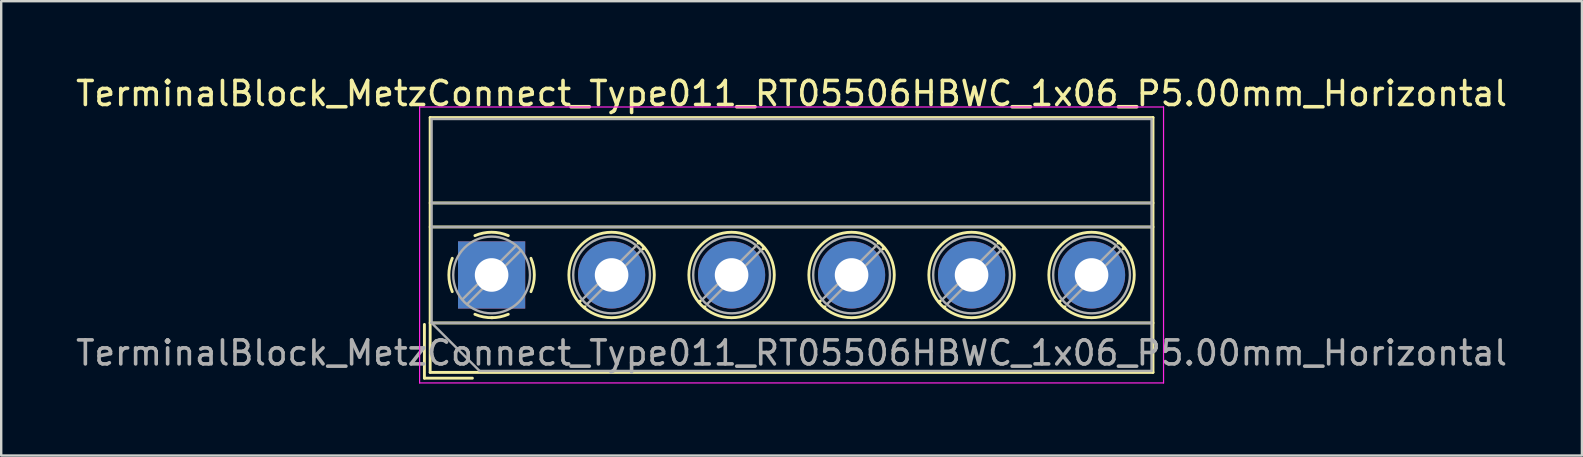
<source format=kicad_pcb>
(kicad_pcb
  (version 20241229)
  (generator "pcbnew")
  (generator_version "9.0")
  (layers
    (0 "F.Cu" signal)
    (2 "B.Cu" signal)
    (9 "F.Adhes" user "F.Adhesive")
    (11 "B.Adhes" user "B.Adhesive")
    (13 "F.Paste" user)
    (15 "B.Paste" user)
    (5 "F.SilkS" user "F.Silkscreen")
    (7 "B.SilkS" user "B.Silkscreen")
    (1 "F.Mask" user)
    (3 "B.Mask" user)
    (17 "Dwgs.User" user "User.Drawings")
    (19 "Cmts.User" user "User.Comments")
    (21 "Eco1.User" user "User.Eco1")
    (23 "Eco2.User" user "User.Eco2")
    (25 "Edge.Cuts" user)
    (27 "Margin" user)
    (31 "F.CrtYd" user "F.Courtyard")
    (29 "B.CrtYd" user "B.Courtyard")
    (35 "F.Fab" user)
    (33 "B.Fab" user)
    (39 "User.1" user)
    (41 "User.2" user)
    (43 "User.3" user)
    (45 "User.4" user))
  (footprint "TerminalBlock_MetzConnect_Type011_RT05506HBWC_1x06_P5.00mm_Horizontal"
    (layer "F.Cu")
    (at 17.435 8.408)
    (property "Reference" "TerminalBlock_MetzConnect_Type011_RT05506HBWC_1x06_P5.00mm_Horizontal" (at 12.5 -7.56 0) (layer "F.SilkS") (effects (font (size 1 1) (thickness 0.15))))
    (attr through_hole)
    (fp_line (start -2.8 2.06) (end -2.8 4.3) (stroke (width 0.12) (type solid)) (layer "F.SilkS"))
    (fp_line (start -2.8 4.3) (end -0.8 4.3) (stroke (width 0.12) (type solid)) (layer "F.SilkS"))
    (fp_line (start -2.56 -6.56) (end -2.56 4.06) (stroke (width 0.12) (type solid)) (layer "F.SilkS"))
    (fp_line (start -2.56 -6.56) (end 27.56 -6.56) (stroke (width 0.12) (type solid)) (layer "F.SilkS"))
    (fp_line (start -2.56 -3) (end 27.56 -3) (stroke (width 0.12) (type solid)) (layer "F.SilkS"))
    (fp_line (start -2.56 -2) (end 27.56 -2) (stroke (width 0.12) (type solid)) (layer "F.SilkS"))
    (fp_line (start -2.56 2) (end 27.56 2) (stroke (width 0.12) (type solid)) (layer "F.SilkS"))
    (fp_line (start -2.56 4.06) (end 27.56 4.06) (stroke (width 0.12) (type solid)) (layer "F.SilkS"))
    (fp_line (start 3.7 1.083) (end 3.65 1.133) (stroke (width 0.12) (type solid)) (layer "F.SilkS"))
    (fp_line (start 3.892 1.325) (end 3.868 1.35) (stroke (width 0.12) (type solid)) (layer "F.SilkS"))
    (fp_line (start 6.133 -1.35) (end 6.108 -1.326) (stroke (width 0.12) (type solid)) (layer "F.SilkS"))
    (fp_line (start 6.35 -1.133) (end 6.301 -1.083) (stroke (width 0.12) (type solid)) (layer "F.SilkS"))
    (fp_line (start 8.7 1.083) (end 8.65 1.133) (stroke (width 0.12) (type solid)) (layer "F.SilkS"))
    (fp_line (start 8.892 1.325) (end 8.868 1.35) (stroke (width 0.12) (type solid)) (layer "F.SilkS"))
    (fp_line (start 11.133 -1.35) (end 11.108 -1.326) (stroke (width 0.12) (type solid)) (layer "F.SilkS"))
    (fp_line (start 11.35 -1.133) (end 11.301 -1.083) (stroke (width 0.12) (type solid)) (layer "F.SilkS"))
    (fp_line (start 13.7 1.083) (end 13.65 1.133) (stroke (width 0.12) (type solid)) (layer "F.SilkS"))
    (fp_line (start 13.892 1.325) (end 13.868 1.35) (stroke (width 0.12) (type solid)) (layer "F.SilkS"))
    (fp_line (start 16.133 -1.35) (end 16.108 -1.326) (stroke (width 0.12) (type solid)) (layer "F.SilkS"))
    (fp_line (start 16.35 -1.133) (end 16.301 -1.083) (stroke (width 0.12) (type solid)) (layer "F.SilkS"))
    (fp_line (start 18.7 1.083) (end 18.65 1.133) (stroke (width 0.12) (type solid)) (layer "F.SilkS"))
    (fp_line (start 18.892 1.325) (end 18.868 1.35) (stroke (width 0.12) (type solid)) (layer "F.SilkS"))
    (fp_line (start 21.133 -1.35) (end 21.108 -1.326) (stroke (width 0.12) (type solid)) (layer "F.SilkS"))
    (fp_line (start 21.35 -1.133) (end 21.301 -1.083) (stroke (width 0.12) (type solid)) (layer "F.SilkS"))
    (fp_line (start 23.7 1.083) (end 23.65 1.133) (stroke (width 0.12) (type solid)) (layer "F.SilkS"))
    (fp_line (start 23.892 1.325) (end 23.868 1.35) (stroke (width 0.12) (type solid)) (layer "F.SilkS"))
    (fp_line (start 26.133 -1.35) (end 26.108 -1.326) (stroke (width 0.12) (type solid)) (layer "F.SilkS"))
    (fp_line (start 26.35 -1.133) (end 26.301 -1.083) (stroke (width 0.12) (type solid)) (layer "F.SilkS"))
    (fp_line (start 27.56 -6.56) (end 27.56 4.06) (stroke (width 0.12) (type solid)) (layer "F.SilkS"))
    (fp_arc (start -1.639206 0.695516) (mid -1.780657 -0.000263) (end -1.639 -0.696) (stroke (width 0.12) (type solid)) (layer "F.SilkS"))
    (fp_arc (start -0.695516 -1.639206) (mid 0.000263 -1.780657) (end 0.696 -1.639) (stroke (width 0.12) (type solid)) (layer "F.SilkS"))
    (fp_arc (start 0.030814 1.78039) (mid -0.340023 1.747891) (end -0.696 1.639) (stroke (width 0.12) (type solid)) (layer "F.SilkS"))
    (fp_arc (start 0.695501 1.638499) (mid 0.354875 1.744266) (end 0 1.78) (stroke (width 0.12) (type solid)) (layer "F.SilkS"))
    (fp_arc (start 1.639206 -0.695516) (mid 1.780657 0.000263) (end 1.639 0.696) (stroke (width 0.12) (type solid)) (layer "F.SilkS"))
    (fp_circle (center 5 0) (end 6.78 0) (stroke (width 0.12) (type solid)) (fill no) (layer "F.SilkS"))
    (fp_circle (center 10 0) (end 11.78 0) (stroke (width 0.12) (type solid)) (fill no) (layer "F.SilkS"))
    (fp_circle (center 15 0) (end 16.78 0) (stroke (width 0.12) (type solid)) (fill no) (layer "F.SilkS"))
    (fp_circle (center 20 0) (end 21.78 0) (stroke (width 0.12) (type solid)) (fill no) (layer "F.SilkS"))
    (fp_circle (center 25 0) (end 26.78 0) (stroke (width 0.12) (type solid)) (fill no) (layer "F.SilkS"))
    (fp_line (start -3 -7) (end -3 4.5) (stroke (width 0.05) (type solid)) (layer "F.CrtYd"))
    (fp_line (start -3 4.5) (end 28 4.5) (stroke (width 0.05) (type solid)) (layer "F.CrtYd"))
    (fp_line (start 28 -7) (end -3 -7) (stroke (width 0.05) (type solid)) (layer "F.CrtYd"))
    (fp_line (start 28 4.5) (end 28 -7) (stroke (width 0.05) (type solid)) (layer "F.CrtYd"))
    (fp_line (start -2.5 -6.5) (end 27.5 -6.5) (stroke (width 0.1) (type solid)) (layer "F.Fab"))
    (fp_line (start -2.5 -3) (end 27.5 -3) (stroke (width 0.1) (type solid)) (layer "F.Fab"))
    (fp_line (start -2.5 -2) (end 27.5 -2) (stroke (width 0.1) (type solid)) (layer "F.Fab"))
    (fp_line (start -2.5 2) (end -2.5 -6.5) (stroke (width 0.1) (type solid)) (layer "F.Fab"))
    (fp_line (start -2.5 2) (end 27.5 2) (stroke (width 0.1) (type solid)) (layer "F.Fab"))
    (fp_line (start -0.5 4) (end -2.5 2) (stroke (width 0.1) (type solid)) (layer "F.Fab"))
    (fp_line (start 1.019 -1.214) (end -1.214 1.018) (stroke (width 0.1) (type solid)) (layer "F.Fab"))
    (fp_line (start 1.214 -1.019) (end -1.019 1.214) (stroke (width 0.1) (type solid)) (layer "F.Fab"))
    (fp_line (start 6.019 -1.214) (end 3.787 1.018) (stroke (width 0.1) (type solid)) (layer "F.Fab"))
    (fp_line (start 6.214 -1.019) (end 3.982 1.214) (stroke (width 0.1) (type solid)) (layer "F.Fab"))
    (fp_line (start 11.019 -1.214) (end 8.787 1.018) (stroke (width 0.1) (type solid)) (layer "F.Fab"))
    (fp_line (start 11.214 -1.019) (end 8.982 1.214) (stroke (width 0.1) (type solid)) (layer "F.Fab"))
    (fp_line (start 16.019 -1.214) (end 13.787 1.018) (stroke (width 0.1) (type solid)) (layer "F.Fab"))
    (fp_line (start 16.214 -1.019) (end 13.982 1.214) (stroke (width 0.1) (type solid)) (layer "F.Fab"))
    (fp_line (start 21.019 -1.214) (end 18.787 1.018) (stroke (width 0.1) (type solid)) (layer "F.Fab"))
    (fp_line (start 21.214 -1.019) (end 18.982 1.214) (stroke (width 0.1) (type solid)) (layer "F.Fab"))
    (fp_line (start 26.019 -1.214) (end 23.787 1.018) (stroke (width 0.1) (type solid)) (layer "F.Fab"))
    (fp_line (start 26.214 -1.019) (end 23.982 1.214) (stroke (width 0.1) (type solid)) (layer "F.Fab"))
    (fp_line (start 27.5 -6.5) (end 27.5 4) (stroke (width 0.1) (type solid)) (layer "F.Fab"))
    (fp_line (start 27.5 4) (end -0.5 4) (stroke (width 0.1) (type solid)) (layer "F.Fab"))
    (fp_circle (center 0 0) (end 1.6 0) (stroke (width 0.1) (type solid)) (fill no) (layer "F.Fab"))
    (fp_circle (center 5 0) (end 6.6 0) (stroke (width 0.1) (type solid)) (fill no) (layer "F.Fab"))
    (fp_circle (center 10 0) (end 11.6 0) (stroke (width 0.1) (type solid)) (fill no) (layer "F.Fab"))
    (fp_circle (center 15 0) (end 16.6 0) (stroke (width 0.1) (type solid)) (fill no) (layer "F.Fab"))
    (fp_circle (center 20 0) (end 21.6 0) (stroke (width 0.1) (type solid)) (fill no) (layer "F.Fab"))
    (fp_circle (center 25 0) (end 26.6 0) (stroke (width 0.1) (type solid)) (fill no) (layer "F.Fab"))
    (fp_text user "${REFERENCE}" (at 12.5 3.25 0) (layer "F.Fab") (effects (font (size 1 1) (thickness 0.15))))
    (pad "1" thru_hole rect (at 0 0) (size 2.8 2.8) (drill 1.4) (layers "*.Cu" "*.Mask"))
    (pad "2" thru_hole circle (at 5 0) (size 2.8 2.8) (drill 1.4) (layers "*.Cu" "*.Mask"))
    (pad "3" thru_hole circle (at 10 0) (size 2.8 2.8) (drill 1.4) (layers "*.Cu" "*.Mask"))
    (pad "4" thru_hole circle (at 15 0) (size 2.8 2.8) (drill 1.4) (layers "*.Cu" "*.Mask"))
    (pad "5" thru_hole circle (at 20 0) (size 2.8 2.8) (drill 1.4) (layers "*.Cu" "*.Mask"))
    (pad "6" thru_hole circle (at 25 0) (size 2.8 2.8) (drill 1.4) (layers "*.Cu" "*.Mask")))
  (gr_rect
    (start -3 -3)
    (end 62.869 15.933)
    (stroke (width 0.1) (type default))
    (fill no)
    (layer "Edge.Cuts")))
</source>
